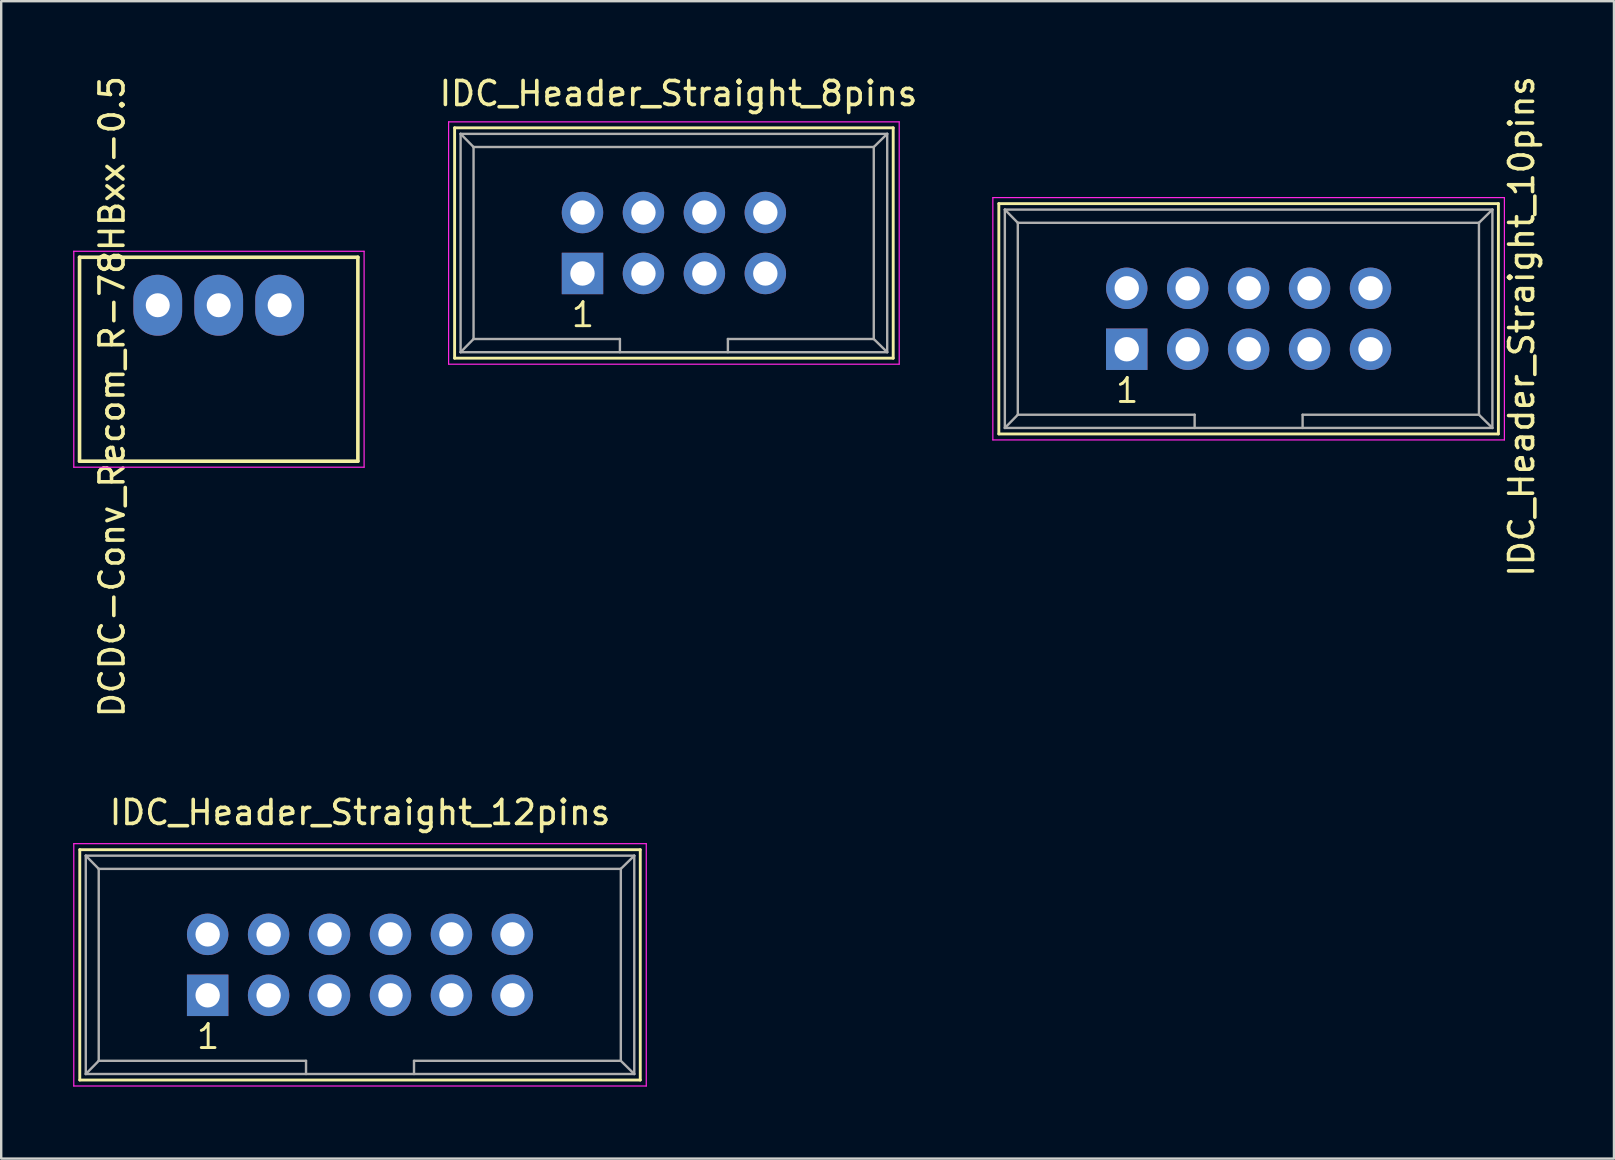
<source format=kicad_pcb>
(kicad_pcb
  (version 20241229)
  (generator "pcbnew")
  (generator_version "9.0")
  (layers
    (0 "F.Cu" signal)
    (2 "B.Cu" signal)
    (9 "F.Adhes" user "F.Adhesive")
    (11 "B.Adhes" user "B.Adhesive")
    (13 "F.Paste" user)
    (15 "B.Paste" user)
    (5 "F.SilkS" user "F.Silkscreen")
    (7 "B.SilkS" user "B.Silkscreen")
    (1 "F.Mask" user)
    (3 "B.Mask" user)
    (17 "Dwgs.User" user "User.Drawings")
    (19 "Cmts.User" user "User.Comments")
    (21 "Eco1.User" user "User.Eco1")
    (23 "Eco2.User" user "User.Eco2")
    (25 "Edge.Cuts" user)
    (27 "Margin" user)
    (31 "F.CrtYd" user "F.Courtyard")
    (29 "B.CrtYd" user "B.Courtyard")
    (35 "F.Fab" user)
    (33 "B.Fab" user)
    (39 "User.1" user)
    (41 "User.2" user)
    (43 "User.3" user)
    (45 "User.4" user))
  (footprint "IDC_Header_Straight_10pins"
    (layer "F.Cu")
    (at 43.91 11.506)
    (property "Reference" "IDC_Header_Straight_10pins" (at 16.459 -0.953 90) (layer "F.SilkS") (effects (font (size 1 1) (thickness 0.15))))
    (attr through_hole)
    (fp_line (start -5.33 -6.07) (end 15.49 -6.07) (stroke (width 0.12) (type solid)) (layer "F.SilkS"))
    (fp_line (start -5.33 3.53) (end -5.33 -6.07) (stroke (width 0.12) (type solid)) (layer "F.SilkS"))
    (fp_line (start 15.49 -6.07) (end 15.49 3.53) (stroke (width 0.12) (type solid)) (layer "F.SilkS"))
    (fp_line (start 15.49 3.53) (end -5.33 3.53) (stroke (width 0.12) (type solid)) (layer "F.SilkS"))
    (fp_line (start -5.58 -6.32) (end 15.74 -6.32) (stroke (width 0.05) (type solid)) (layer "F.CrtYd"))
    (fp_line (start -5.58 3.78) (end -5.58 -6.32) (stroke (width 0.05) (type solid)) (layer "F.CrtYd"))
    (fp_line (start 15.74 -6.32) (end 15.74 3.78) (stroke (width 0.05) (type solid)) (layer "F.CrtYd"))
    (fp_line (start 15.74 3.78) (end -5.58 3.78) (stroke (width 0.05) (type solid)) (layer "F.CrtYd"))
    (fp_line (start -5.08 -5.82) (end -5.08 3.28) (stroke (width 0.1) (type solid)) (layer "F.Fab"))
    (fp_line (start -5.08 -5.82) (end -4.54 -5.27) (stroke (width 0.1) (type solid)) (layer "F.Fab"))
    (fp_line (start -5.08 -5.82) (end 15.24 -5.82) (stroke (width 0.1) (type solid)) (layer "F.Fab"))
    (fp_line (start -5.08 3.28) (end -4.54 2.73) (stroke (width 0.1) (type solid)) (layer "F.Fab"))
    (fp_line (start -5.08 3.28) (end 15.24 3.28) (stroke (width 0.1) (type solid)) (layer "F.Fab"))
    (fp_line (start -4.54 -5.27) (end -4.54 2.73) (stroke (width 0.1) (type solid)) (layer "F.Fab"))
    (fp_line (start -4.54 -5.27) (end 14.68 -5.27) (stroke (width 0.1) (type solid)) (layer "F.Fab"))
    (fp_line (start -4.54 2.73) (end 2.83 2.73) (stroke (width 0.1) (type solid)) (layer "F.Fab"))
    (fp_line (start 2.83 2.73) (end 2.83 3.28) (stroke (width 0.1) (type solid)) (layer "F.Fab"))
    (fp_line (start 7.33 2.73) (end 7.33 3.28) (stroke (width 0.1) (type solid)) (layer "F.Fab"))
    (fp_line (start 7.33 2.73) (end 14.68 2.73) (stroke (width 0.1) (type solid)) (layer "F.Fab"))
    (fp_line (start 14.68 -5.27) (end 14.68 2.73) (stroke (width 0.1) (type solid)) (layer "F.Fab"))
    (fp_line (start 15.24 -5.82) (end 14.68 -5.27) (stroke (width 0.1) (type solid)) (layer "F.Fab"))
    (fp_line (start 15.24 -5.82) (end 15.24 3.28) (stroke (width 0.1) (type solid)) (layer "F.Fab"))
    (fp_line (start 15.24 3.28) (end 14.68 2.73) (stroke (width 0.1) (type solid)) (layer "F.Fab"))
    (fp_text user "1" (at 0.02 1.72 0) (layer "F.SilkS") (effects (font (size 1 1) (thickness 0.12))))
    (pad "1" thru_hole rect (at 0 0) (size 1.727 1.727) (drill 1.016) (layers "*.Cu" "*.Mask"))
    (pad "2" thru_hole oval (at 0 -2.54) (size 1.727 1.727) (drill 1.016) (layers "*.Cu" "*.Mask"))
    (pad "3" thru_hole oval (at 2.54 0) (size 1.727 1.727) (drill 1.016) (layers "*.Cu" "*.Mask"))
    (pad "4" thru_hole oval (at 2.54 -2.54) (size 1.727 1.727) (drill 1.016) (layers "*.Cu" "*.Mask"))
    (pad "5" thru_hole oval (at 5.08 0) (size 1.727 1.727) (drill 1.016) (layers "*.Cu" "*.Mask"))
    (pad "6" thru_hole oval (at 5.08 -2.54) (size 1.727 1.727) (drill 1.016) (layers "*.Cu" "*.Mask"))
    (pad "7" thru_hole oval (at 7.62 0) (size 1.727 1.727) (drill 1.016) (layers "*.Cu" "*.Mask"))
    (pad "8" thru_hole oval (at 7.62 -2.54) (size 1.727 1.727) (drill 1.016) (layers "*.Cu" "*.Mask"))
    (pad "9" thru_hole oval (at 10.16 0) (size 1.727 1.727) (drill 1.016) (layers "*.Cu" "*.Mask"))
    (pad "10" thru_hole oval (at 10.16 -2.54) (size 1.727 1.727) (drill 1.016) (layers "*.Cu" "*.Mask")))
  (footprint "IDC_Header_Straight_8pins"
    (layer "F.Cu")
    (at 21.227 8.348)
    (property "Reference" "IDC_Header_Straight_8pins" (at 4 -7.5 0) (layer "F.SilkS") (effects (font (size 1 1) (thickness 0.15))))
    (attr through_hole)
    (fp_line (start -5.33 -6.07) (end 12.95 -6.07) (stroke (width 0.12) (type solid)) (layer "F.SilkS"))
    (fp_line (start -5.33 3.53) (end -5.33 -6.07) (stroke (width 0.12) (type solid)) (layer "F.SilkS"))
    (fp_line (start 12.95 -6.07) (end 12.95 3.53) (stroke (width 0.12) (type solid)) (layer "F.SilkS"))
    (fp_line (start 12.95 3.53) (end -5.33 3.53) (stroke (width 0.12) (type solid)) (layer "F.SilkS"))
    (fp_line (start -5.58 -6.32) (end 13.2 -6.32) (stroke (width 0.05) (type solid)) (layer "F.CrtYd"))
    (fp_line (start -5.58 3.78) (end -5.58 -6.32) (stroke (width 0.05) (type solid)) (layer "F.CrtYd"))
    (fp_line (start 13.2 -6.32) (end 13.2 3.78) (stroke (width 0.05) (type solid)) (layer "F.CrtYd"))
    (fp_line (start 13.2 3.78) (end -5.58 3.78) (stroke (width 0.05) (type solid)) (layer "F.CrtYd"))
    (fp_line (start -5.08 -5.82) (end -5.08 3.28) (stroke (width 0.1) (type solid)) (layer "F.Fab"))
    (fp_line (start -5.08 -5.82) (end -4.54 -5.27) (stroke (width 0.1) (type solid)) (layer "F.Fab"))
    (fp_line (start -5.08 -5.82) (end 12.7 -5.82) (stroke (width 0.1) (type solid)) (layer "F.Fab"))
    (fp_line (start -5.08 3.28) (end -4.54 2.73) (stroke (width 0.1) (type solid)) (layer "F.Fab"))
    (fp_line (start -5.08 3.28) (end 12.7 3.28) (stroke (width 0.1) (type solid)) (layer "F.Fab"))
    (fp_line (start -4.54 -5.27) (end -4.54 2.73) (stroke (width 0.1) (type solid)) (layer "F.Fab"))
    (fp_line (start -4.54 -5.27) (end 12.14 -5.27) (stroke (width 0.1) (type solid)) (layer "F.Fab"))
    (fp_line (start -4.54 2.73) (end 1.56 2.73) (stroke (width 0.1) (type solid)) (layer "F.Fab"))
    (fp_line (start 1.56 2.73) (end 1.56 3.28) (stroke (width 0.1) (type solid)) (layer "F.Fab"))
    (fp_line (start 6.06 2.73) (end 6.06 3.28) (stroke (width 0.1) (type solid)) (layer "F.Fab"))
    (fp_line (start 6.06 2.73) (end 12.14 2.73) (stroke (width 0.1) (type solid)) (layer "F.Fab"))
    (fp_line (start 12.14 -5.27) (end 12.14 2.73) (stroke (width 0.1) (type solid)) (layer "F.Fab"))
    (fp_line (start 12.7 -5.82) (end 12.14 -5.27) (stroke (width 0.1) (type solid)) (layer "F.Fab"))
    (fp_line (start 12.7 -5.82) (end 12.7 3.28) (stroke (width 0.1) (type solid)) (layer "F.Fab"))
    (fp_line (start 12.7 3.28) (end 12.14 2.73) (stroke (width 0.1) (type solid)) (layer "F.Fab"))
    (fp_text user "1" (at 0.02 1.72 0) (layer "F.SilkS") (effects (font (size 1 1) (thickness 0.12))))
    (pad "1" thru_hole rect (at 0 0) (size 1.727 1.727) (drill 1.016) (layers "*.Cu" "*.Mask"))
    (pad "2" thru_hole oval (at 0 -2.54) (size 1.727 1.727) (drill 1.016) (layers "*.Cu" "*.Mask"))
    (pad "3" thru_hole oval (at 2.54 0) (size 1.727 1.727) (drill 1.016) (layers "*.Cu" "*.Mask"))
    (pad "4" thru_hole oval (at 2.54 -2.54) (size 1.727 1.727) (drill 1.016) (layers "*.Cu" "*.Mask"))
    (pad "5" thru_hole oval (at 5.08 0) (size 1.727 1.727) (drill 1.016) (layers "*.Cu" "*.Mask"))
    (pad "6" thru_hole oval (at 5.08 -2.54) (size 1.727 1.727) (drill 1.016) (layers "*.Cu" "*.Mask"))
    (pad "7" thru_hole oval (at 7.62 0) (size 1.727 1.727) (drill 1.016) (layers "*.Cu" "*.Mask"))
    (pad "8" thru_hole oval (at 7.62 -2.54) (size 1.727 1.727) (drill 1.016) (layers "*.Cu" "*.Mask")))
  (footprint "IDC_Header_Straight_12pins"
    (layer "F.Cu")
    (at 5.605 38.433)
    (property "Reference" "IDC_Header_Straight_12pins" (at 6.35 -7.62 0) (layer "F.SilkS") (effects (font (size 1 1) (thickness 0.15))))
    (attr through_hole)
    (fp_line (start -5.33 -6.07) (end 18.03 -6.07) (stroke (width 0.12) (type solid)) (layer "F.SilkS"))
    (fp_line (start -5.33 3.53) (end -5.33 -6.07) (stroke (width 0.12) (type solid)) (layer "F.SilkS"))
    (fp_line (start 18.03 -6.07) (end 18.03 3.53) (stroke (width 0.12) (type solid)) (layer "F.SilkS"))
    (fp_line (start 18.03 3.53) (end -5.33 3.53) (stroke (width 0.12) (type solid)) (layer "F.SilkS"))
    (fp_line (start -5.58 -6.32) (end 18.28 -6.32) (stroke (width 0.05) (type solid)) (layer "F.CrtYd"))
    (fp_line (start -5.58 3.78) (end -5.58 -6.32) (stroke (width 0.05) (type solid)) (layer "F.CrtYd"))
    (fp_line (start 18.28 -6.32) (end 18.28 3.78) (stroke (width 0.05) (type solid)) (layer "F.CrtYd"))
    (fp_line (start 18.28 3.78) (end -5.58 3.78) (stroke (width 0.05) (type solid)) (layer "F.CrtYd"))
    (fp_line (start -5.08 -5.82) (end -5.08 3.28) (stroke (width 0.1) (type solid)) (layer "F.Fab"))
    (fp_line (start -5.08 -5.82) (end -4.54 -5.27) (stroke (width 0.1) (type solid)) (layer "F.Fab"))
    (fp_line (start -5.08 -5.82) (end 17.78 -5.82) (stroke (width 0.1) (type solid)) (layer "F.Fab"))
    (fp_line (start -5.08 3.28) (end -4.54 2.73) (stroke (width 0.1) (type solid)) (layer "F.Fab"))
    (fp_line (start -5.08 3.28) (end 17.78 3.28) (stroke (width 0.1) (type solid)) (layer "F.Fab"))
    (fp_line (start -4.54 -5.27) (end -4.54 2.73) (stroke (width 0.1) (type solid)) (layer "F.Fab"))
    (fp_line (start -4.54 -5.27) (end 17.22 -5.27) (stroke (width 0.1) (type solid)) (layer "F.Fab"))
    (fp_line (start -4.54 2.73) (end 4.1 2.73) (stroke (width 0.1) (type solid)) (layer "F.Fab"))
    (fp_line (start 4.1 2.73) (end 4.1 3.28) (stroke (width 0.1) (type solid)) (layer "F.Fab"))
    (fp_line (start 8.6 2.73) (end 8.6 3.28) (stroke (width 0.1) (type solid)) (layer "F.Fab"))
    (fp_line (start 8.6 2.73) (end 17.22 2.73) (stroke (width 0.1) (type solid)) (layer "F.Fab"))
    (fp_line (start 17.22 -5.27) (end 17.22 2.73) (stroke (width 0.1) (type solid)) (layer "F.Fab"))
    (fp_line (start 17.78 -5.82) (end 17.22 -5.27) (stroke (width 0.1) (type solid)) (layer "F.Fab"))
    (fp_line (start 17.78 -5.82) (end 17.78 3.28) (stroke (width 0.1) (type solid)) (layer "F.Fab"))
    (fp_line (start 17.78 3.28) (end 17.22 2.73) (stroke (width 0.1) (type solid)) (layer "F.Fab"))
    (fp_text user "1" (at 0.02 1.72 0) (layer "F.SilkS") (effects (font (size 1 1) (thickness 0.12))))
    (pad "1" thru_hole rect (at 0 0) (size 1.727 1.727) (drill 1.016) (layers "*.Cu" "*.Mask"))
    (pad "2" thru_hole oval (at 0 -2.54) (size 1.727 1.727) (drill 1.016) (layers "*.Cu" "*.Mask"))
    (pad "3" thru_hole oval (at 2.54 0) (size 1.727 1.727) (drill 1.016) (layers "*.Cu" "*.Mask"))
    (pad "4" thru_hole oval (at 2.54 -2.54) (size 1.727 1.727) (drill 1.016) (layers "*.Cu" "*.Mask"))
    (pad "5" thru_hole oval (at 5.08 0) (size 1.727 1.727) (drill 1.016) (layers "*.Cu" "*.Mask"))
    (pad "6" thru_hole oval (at 5.08 -2.54) (size 1.727 1.727) (drill 1.016) (layers "*.Cu" "*.Mask"))
    (pad "7" thru_hole oval (at 7.62 0) (size 1.727 1.727) (drill 1.016) (layers "*.Cu" "*.Mask"))
    (pad "8" thru_hole oval (at 7.62 -2.54) (size 1.727 1.727) (drill 1.016) (layers "*.Cu" "*.Mask"))
    (pad "9" thru_hole oval (at 10.16 0) (size 1.727 1.727) (drill 1.016) (layers "*.Cu" "*.Mask"))
    (pad "10" thru_hole oval (at 10.16 -2.54) (size 1.727 1.727) (drill 1.016) (layers "*.Cu" "*.Mask"))
    (pad "11" thru_hole oval (at 12.7 0) (size 1.727 1.727) (drill 1.016) (layers "*.Cu" "*.Mask"))
    (pad "12" thru_hole oval (at 12.7 -2.54) (size 1.727 1.727) (drill 1.016) (layers "*.Cu" "*.Mask")))
  (footprint "DCDC-Conv_Recom_R-78HBxx-0.5"
    (layer "F.Cu")
    (at 3.525 9.672)
    (property "Reference" "DCDC-Conv_Recom_R-78HBxx-0.5" (at -1.905 3.81 90) (layer "F.SilkS") (effects (font (size 1 1) (thickness 0.15))))
    (attr through_hole)
    (fp_line (start -3.26 -2) (end 8.34 -2) (stroke (width 0.15) (type solid)) (layer "F.SilkS"))
    (fp_line (start -3.26 6.5) (end -3.26 -2) (stroke (width 0.15) (type solid)) (layer "F.SilkS"))
    (fp_line (start 8.34 -2) (end 8.34 6.5) (stroke (width 0.15) (type solid)) (layer "F.SilkS"))
    (fp_line (start 8.34 6.5) (end -3.26 6.5) (stroke (width 0.15) (type solid)) (layer "F.SilkS"))
    (fp_line (start -3.5 -2.25) (end -3.5 6.75) (stroke (width 0.05) (type solid)) (layer "F.CrtYd"))
    (fp_line (start -3.5 -2.25) (end 8.6 -2.25) (stroke (width 0.05) (type solid)) (layer "F.CrtYd"))
    (fp_line (start -3.5 6.75) (end 8.6 6.75) (stroke (width 0.05) (type solid)) (layer "F.CrtYd"))
    (fp_line (start 8.6 -2.25) (end 8.6 6.75) (stroke (width 0.05) (type solid)) (layer "F.CrtYd"))
    (pad "GND" thru_hole oval (at 2.54 0) (size 2.032 2.54) (drill 1) (layers "*.Cu" "*.Mask"))
    (pad "VI" thru_hole oval (at 5.08 0) (size 2.032 2.54) (drill 1) (layers "*.Cu" "*.Mask"))
    (pad "VO" thru_hole oval (at 0 0) (size 2.032 2.54) (drill 1) (layers "*.Cu" "*.Mask")))
  (gr_rect
    (start -3 -3)
    (end 64.217 45.238)
    (stroke (width 0.1) (type default))
    (fill no)
    (layer "Edge.Cuts")))
</source>
